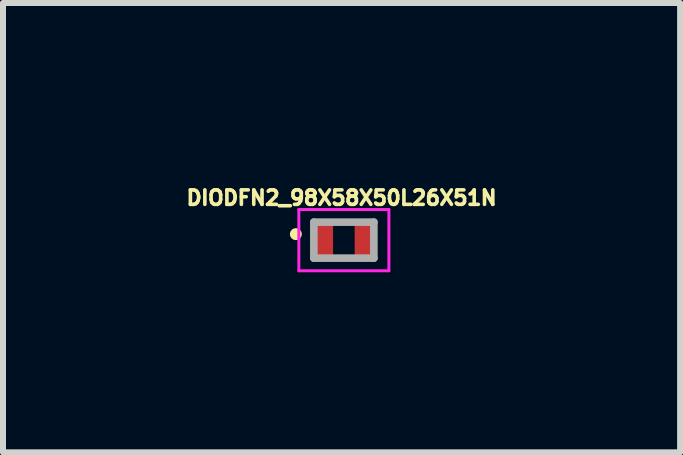
<source format=kicad_pcb>
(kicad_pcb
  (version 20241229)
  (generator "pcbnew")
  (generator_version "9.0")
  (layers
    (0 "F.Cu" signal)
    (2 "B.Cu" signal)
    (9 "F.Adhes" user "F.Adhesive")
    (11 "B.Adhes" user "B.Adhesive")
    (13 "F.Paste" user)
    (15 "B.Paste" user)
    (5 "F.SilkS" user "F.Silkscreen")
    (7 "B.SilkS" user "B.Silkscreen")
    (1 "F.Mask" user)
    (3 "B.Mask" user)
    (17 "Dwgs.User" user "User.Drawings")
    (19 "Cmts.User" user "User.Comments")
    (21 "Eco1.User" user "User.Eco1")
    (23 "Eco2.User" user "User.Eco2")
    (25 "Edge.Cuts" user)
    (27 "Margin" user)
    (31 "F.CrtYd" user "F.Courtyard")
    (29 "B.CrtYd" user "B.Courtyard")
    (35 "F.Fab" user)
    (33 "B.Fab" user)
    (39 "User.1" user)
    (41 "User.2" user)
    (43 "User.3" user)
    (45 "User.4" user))
  (footprint "DIODFN2_98X58X50L26X51N"
    (layer "F.Cu")
    (at 2.679 0.951)
    (property "Reference" "DIODFN2_98X58X50L26X51N" (at -0.038 -0.705 0) (layer "F.SilkS") (effects (font (size 0.241 0.241) (thickness 0.15))))
    (attr smd)
    (fp_circle (center -0.8 -0.1) (end -0.75 -0.1) (stroke (width 0.1) (type solid)) (fill no) (layer "F.SilkS"))
    (fp_line (start -0.75 -0.51) (end 0.75 -0.51) (stroke (width 0.05) (type solid)) (layer "F.CrtYd"))
    (fp_line (start -0.75 0.51) (end -0.75 -0.51) (stroke (width 0.05) (type solid)) (layer "F.CrtYd"))
    (fp_line (start 0.75 -0.51) (end 0.75 0.51) (stroke (width 0.05) (type solid)) (layer "F.CrtYd"))
    (fp_line (start 0.75 0.51) (end -0.75 0.51) (stroke (width 0.05) (type solid)) (layer "F.CrtYd"))
    (fp_line (start -0.5 -0.3) (end 0.5 -0.3) (stroke (width 0.127) (type solid)) (layer "F.Fab"))
    (fp_line (start -0.5 0.3) (end -0.5 -0.3) (stroke (width 0.127) (type solid)) (layer "F.Fab"))
    (fp_line (start 0.5 -0.3) (end 0.5 0.3) (stroke (width 0.127) (type solid)) (layer "F.Fab"))
    (fp_line (start 0.5 0.3) (end -0.5 0.3) (stroke (width 0.127) (type solid)) (layer "F.Fab"))
    (pad "1" smd rect (at -0.325 0) (size 0.29 0.53) (layers "F.Cu" "F.Mask" "F.Paste"))
    (pad "2" smd rect (at 0.325 0) (size 0.29 0.53) (layers "F.Cu" "F.Mask" "F.Paste")))
  (gr_rect
    (start -3 -3)
    (end 8.281 4.486)
    (stroke (width 0.1) (type default))
    (fill no)
    (layer "Edge.Cuts")))
</source>
